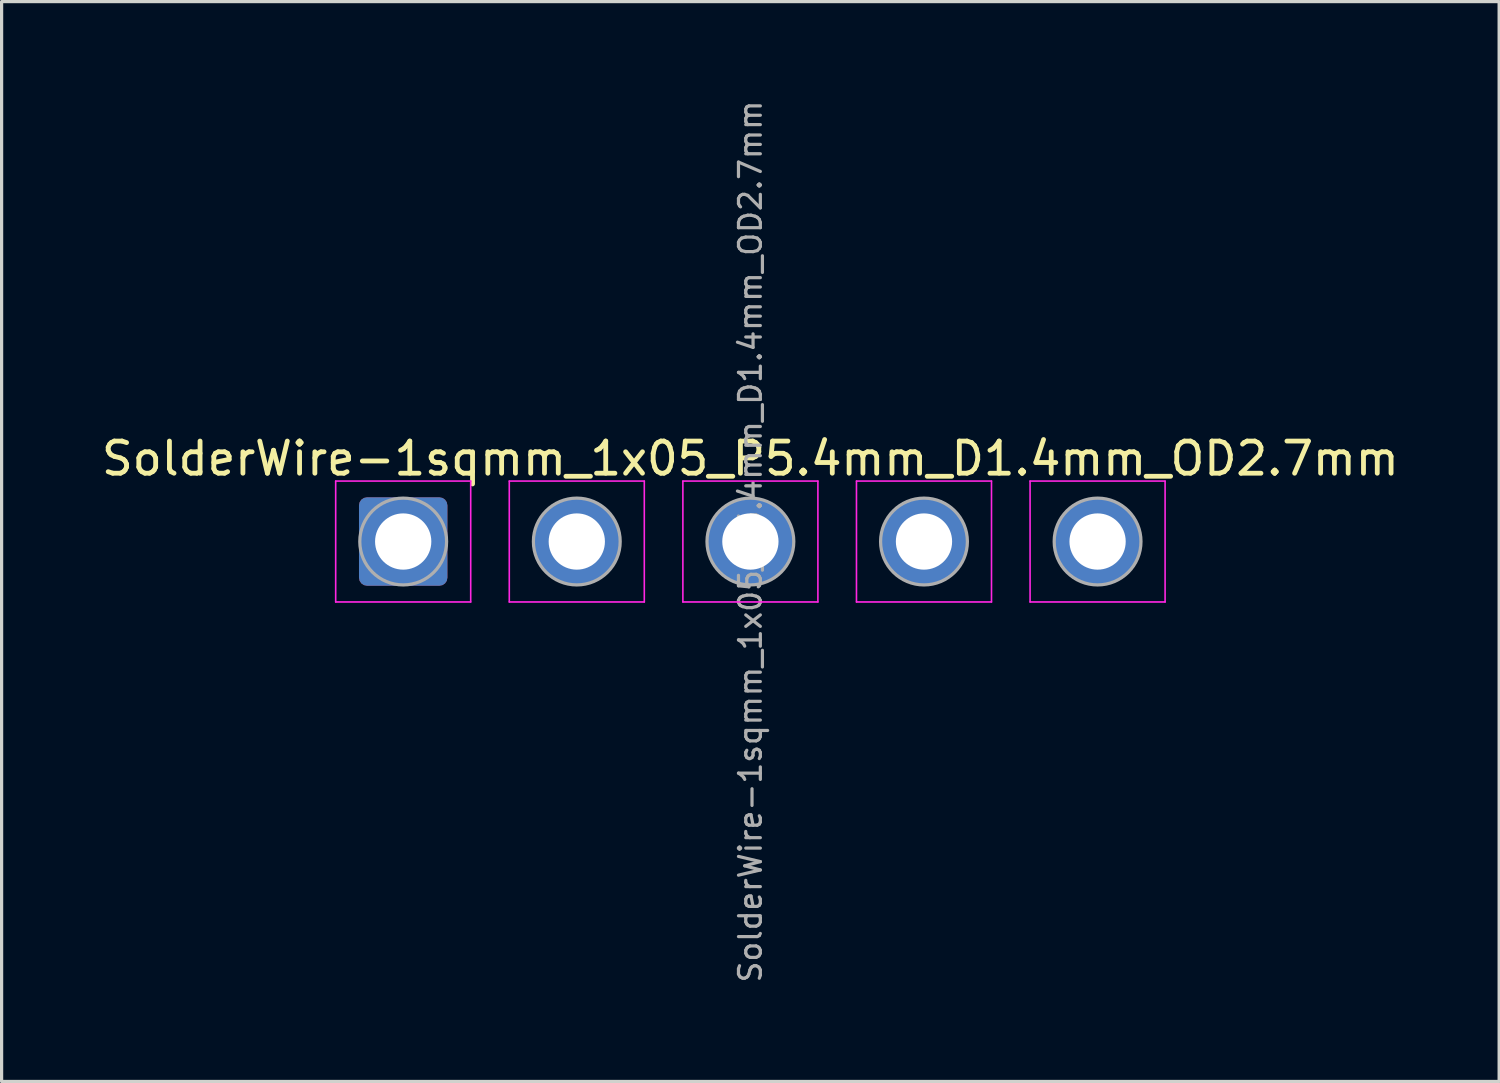
<source format=kicad_pcb>
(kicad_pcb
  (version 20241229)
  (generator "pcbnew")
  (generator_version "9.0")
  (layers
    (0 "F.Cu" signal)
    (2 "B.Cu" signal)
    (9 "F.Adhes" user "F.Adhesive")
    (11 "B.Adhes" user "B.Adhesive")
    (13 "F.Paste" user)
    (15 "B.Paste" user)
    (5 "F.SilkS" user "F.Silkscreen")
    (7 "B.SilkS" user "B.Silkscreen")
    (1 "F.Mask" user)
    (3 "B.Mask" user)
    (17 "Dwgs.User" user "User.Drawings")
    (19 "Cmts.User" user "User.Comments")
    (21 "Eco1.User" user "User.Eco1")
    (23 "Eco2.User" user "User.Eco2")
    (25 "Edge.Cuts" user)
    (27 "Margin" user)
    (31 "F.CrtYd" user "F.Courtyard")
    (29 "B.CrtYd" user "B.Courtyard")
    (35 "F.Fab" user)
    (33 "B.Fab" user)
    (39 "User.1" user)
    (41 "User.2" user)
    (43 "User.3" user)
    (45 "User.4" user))
  (footprint "SolderWire-1sqmm_1x05_P5.4mm_D1.4mm_OD2.7mm"
    (layer "F.Cu")
    (at 9.492 13.795)
    (property "Reference" "SolderWire-1sqmm_1x05_P5.4mm_D1.4mm_OD2.7mm" (at 10.8 -2.58 0) (layer "F.SilkS") (effects (font (size 1 1) (thickness 0.15))))
    (attr exclude_from_pos_files exclude_from_bom)
    (fp_line (start -2.1 -1.88) (end -2.1 1.88) (stroke (width 0.05) (type solid)) (layer "F.CrtYd"))
    (fp_line (start -2.1 1.88) (end 2.1 1.88) (stroke (width 0.05) (type solid)) (layer "F.CrtYd"))
    (fp_line (start 2.1 -1.88) (end -2.1 -1.88) (stroke (width 0.05) (type solid)) (layer "F.CrtYd"))
    (fp_line (start 2.1 1.88) (end 2.1 -1.88) (stroke (width 0.05) (type solid)) (layer "F.CrtYd"))
    (fp_line (start 3.3 -1.88) (end 3.3 1.88) (stroke (width 0.05) (type solid)) (layer "F.CrtYd"))
    (fp_line (start 3.3 1.88) (end 7.5 1.88) (stroke (width 0.05) (type solid)) (layer "F.CrtYd"))
    (fp_line (start 7.5 -1.88) (end 3.3 -1.88) (stroke (width 0.05) (type solid)) (layer "F.CrtYd"))
    (fp_line (start 7.5 1.88) (end 7.5 -1.88) (stroke (width 0.05) (type solid)) (layer "F.CrtYd"))
    (fp_line (start 8.7 -1.88) (end 8.7 1.88) (stroke (width 0.05) (type solid)) (layer "F.CrtYd"))
    (fp_line (start 8.7 1.88) (end 12.9 1.88) (stroke (width 0.05) (type solid)) (layer "F.CrtYd"))
    (fp_line (start 12.9 -1.88) (end 8.7 -1.88) (stroke (width 0.05) (type solid)) (layer "F.CrtYd"))
    (fp_line (start 12.9 1.88) (end 12.9 -1.88) (stroke (width 0.05) (type solid)) (layer "F.CrtYd"))
    (fp_line (start 14.1 -1.88) (end 14.1 1.88) (stroke (width 0.05) (type solid)) (layer "F.CrtYd"))
    (fp_line (start 14.1 1.88) (end 18.3 1.88) (stroke (width 0.05) (type solid)) (layer "F.CrtYd"))
    (fp_line (start 18.3 -1.88) (end 14.1 -1.88) (stroke (width 0.05) (type solid)) (layer "F.CrtYd"))
    (fp_line (start 18.3 1.88) (end 18.3 -1.88) (stroke (width 0.05) (type solid)) (layer "F.CrtYd"))
    (fp_line (start 19.5 -1.88) (end 19.5 1.88) (stroke (width 0.05) (type solid)) (layer "F.CrtYd"))
    (fp_line (start 19.5 1.88) (end 23.7 1.88) (stroke (width 0.05) (type solid)) (layer "F.CrtYd"))
    (fp_line (start 23.7 -1.88) (end 19.5 -1.88) (stroke (width 0.05) (type solid)) (layer "F.CrtYd"))
    (fp_line (start 23.7 1.88) (end 23.7 -1.88) (stroke (width 0.05) (type solid)) (layer "F.CrtYd"))
    (fp_circle (center 0 0) (end 1.35 0) (stroke (width 0.1) (type solid)) (fill no) (layer "F.Fab"))
    (fp_circle (center 5.4 0) (end 6.75 0) (stroke (width 0.1) (type solid)) (fill no) (layer "F.Fab"))
    (fp_circle (center 10.8 0) (end 12.15 0) (stroke (width 0.1) (type solid)) (fill no) (layer "F.Fab"))
    (fp_circle (center 16.2 0) (end 17.55 0) (stroke (width 0.1) (type solid)) (fill no) (layer "F.Fab"))
    (fp_circle (center 21.6 0) (end 22.95 0) (stroke (width 0.1) (type solid)) (fill no) (layer "F.Fab"))
    (fp_text user "${REFERENCE}" (at 10.8 0 90) (layer "F.Fab") (effects (font (size 0.68 0.68) (thickness 0.1))))
    (pad "1" thru_hole roundrect (at 0 0) (size 2.75 2.75) (drill 1.75) (layers "*.Cu" "*.Mask") (roundrect_rratio 0.091))
    (pad "2" thru_hole circle (at 5.4 0) (size 2.75 2.75) (drill 1.75) (layers "*.Cu" "*.Mask"))
    (pad "3" thru_hole circle (at 10.8 0) (size 2.75 2.75) (drill 1.75) (layers "*.Cu" "*.Mask"))
    (pad "4" thru_hole circle (at 16.2 0) (size 2.75 2.75) (drill 1.75) (layers "*.Cu" "*.Mask"))
    (pad "5" thru_hole circle (at 21.6 0) (size 2.75 2.75) (drill 1.75) (layers "*.Cu" "*.Mask")))
  (gr_rect
    (start -3 -3)
    (end 43.583 30.591)
    (stroke (width 0.1) (type default))
    (fill no)
    (layer "Edge.Cuts")))
</source>
